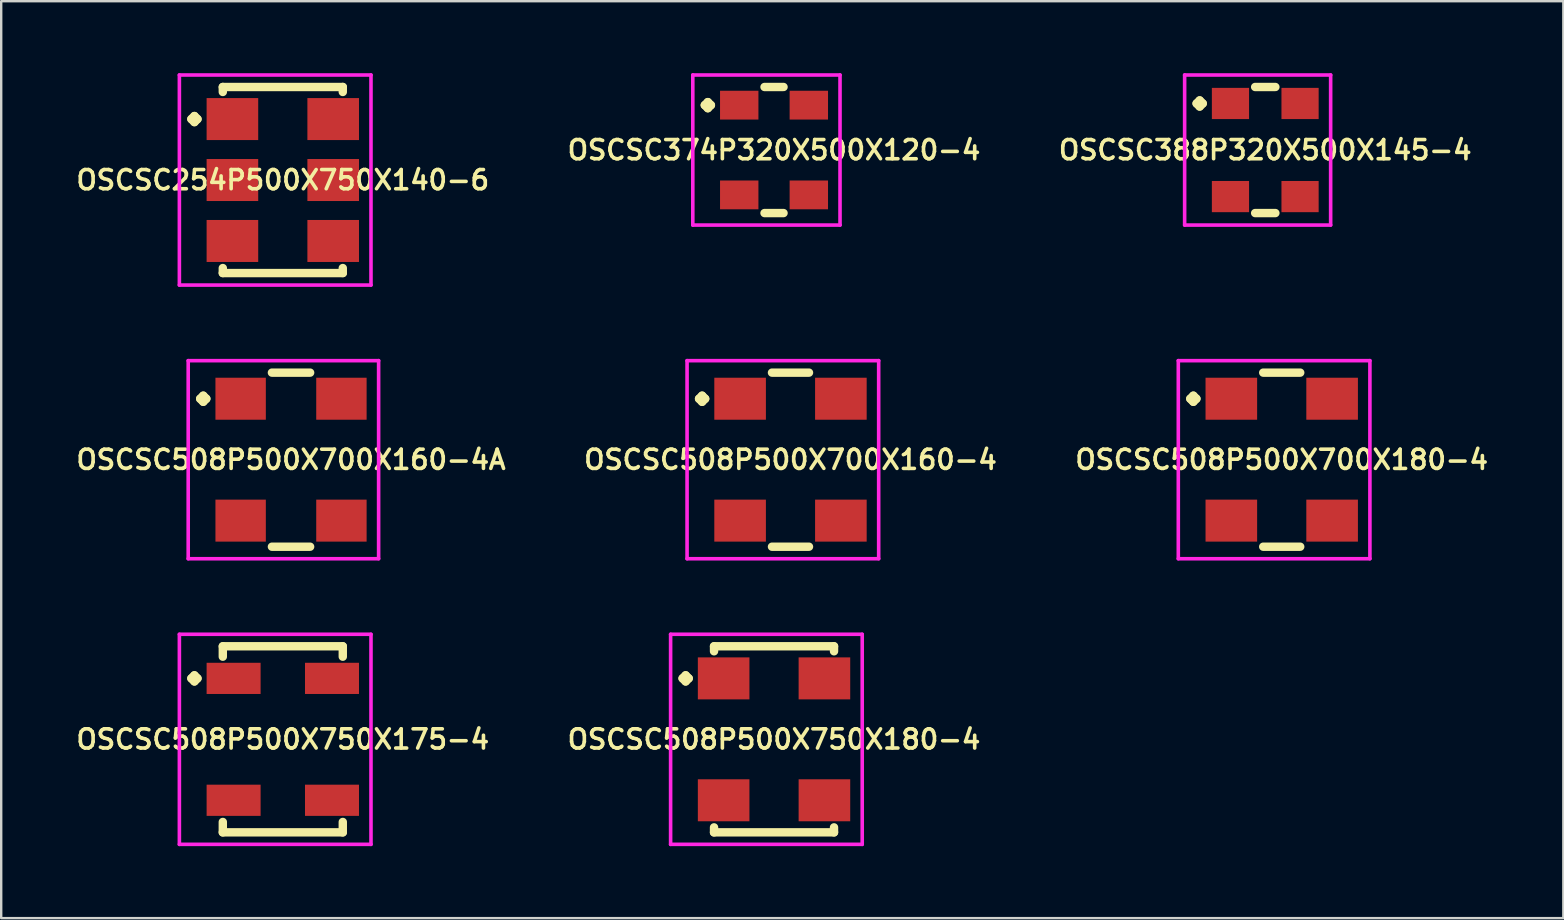
<source format=kicad_pcb>
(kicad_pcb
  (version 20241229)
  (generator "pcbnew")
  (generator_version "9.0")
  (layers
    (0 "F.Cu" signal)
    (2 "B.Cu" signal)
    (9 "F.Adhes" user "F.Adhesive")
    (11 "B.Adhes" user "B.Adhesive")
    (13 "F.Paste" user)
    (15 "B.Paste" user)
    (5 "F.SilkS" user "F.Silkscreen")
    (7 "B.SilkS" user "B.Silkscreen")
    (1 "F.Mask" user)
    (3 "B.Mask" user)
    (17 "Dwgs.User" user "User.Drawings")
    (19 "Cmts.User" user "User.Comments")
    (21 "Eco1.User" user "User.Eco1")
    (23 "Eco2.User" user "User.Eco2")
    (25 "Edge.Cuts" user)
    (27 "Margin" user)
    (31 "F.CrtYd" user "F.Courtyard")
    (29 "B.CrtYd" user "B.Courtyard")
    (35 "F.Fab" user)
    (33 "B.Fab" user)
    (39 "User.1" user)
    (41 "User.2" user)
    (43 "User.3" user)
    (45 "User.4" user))
  (footprint "OSCSC508P500X700X160-4"
    (layer "F.Cu")
    (at 29.892 16.106)
    (property "Reference" "OSCSC508P500X700X160-4" (at 0 0 0) (layer "F.SilkS") (effects (font (size 0.8 0.8) (thickness 0.15))))
    (attr through_hole)
    (fp_line (start -3.81 -2.54) (end -3.683 -2.667) (stroke (width 0.35) (type solid)) (layer "F.SilkS"))
    (fp_line (start -3.683 -2.667) (end -3.556 -2.54) (stroke (width 0.35) (type solid)) (layer "F.SilkS"))
    (fp_line (start -3.683 -2.413) (end -3.81 -2.54) (stroke (width 0.35) (type solid)) (layer "F.SilkS"))
    (fp_line (start -3.556 -2.54) (end -3.683 -2.413) (stroke (width 0.35) (type solid)) (layer "F.SilkS"))
    (fp_line (start -0.771 -3.627) (end 0.771 -3.627) (stroke (width 0.35) (type solid)) (layer "F.SilkS"))
    (fp_line (start -0.771 3.627) (end 0.771 3.627) (stroke (width 0.35) (type solid)) (layer "F.SilkS"))
    (fp_line (start -4.31 -4.127) (end 3.675 -4.127) (stroke (width 0.15) (type solid)) (layer "F.CrtYd"))
    (fp_line (start -4.31 4.127) (end -4.31 -4.127) (stroke (width 0.15) (type solid)) (layer "F.CrtYd"))
    (fp_line (start 3.675 -4.127) (end 3.675 4.127) (stroke (width 0.15) (type solid)) (layer "F.CrtYd"))
    (fp_line (start 3.675 4.127) (end -4.31 4.127) (stroke (width 0.15) (type solid)) (layer "F.CrtYd"))
    (pad "1" smd rect (at -2.1 -2.54) (size 2.15 1.75) (layers "F.Cu" "F.Mask" "F.Paste"))
    (pad "2" smd rect (at -2.1 2.54) (size 2.15 1.75) (layers "F.Cu" "F.Mask" "F.Paste"))
    (pad "3" smd rect (at 2.1 2.54) (size 2.15 1.75) (layers "F.Cu" "F.Mask" "F.Paste"))
    (pad "4" smd rect (at 2.1 -2.54) (size 2.15 1.75) (layers "F.Cu" "F.Mask" "F.Paste")))
  (footprint "OSCSC508P500X700X180-4"
    (layer "F.Cu")
    (at 50.363 16.106)
    (property "Reference" "OSCSC508P500X700X180-4" (at 0 0 0) (layer "F.SilkS") (effects (font (size 0.8 0.8) (thickness 0.15))))
    (attr smd)
    (fp_line (start -3.81 -2.54) (end -3.683 -2.667) (stroke (width 0.35) (type solid)) (layer "F.SilkS"))
    (fp_line (start -3.683 -2.667) (end -3.556 -2.54) (stroke (width 0.35) (type solid)) (layer "F.SilkS"))
    (fp_line (start -3.683 -2.413) (end -3.81 -2.54) (stroke (width 0.35) (type solid)) (layer "F.SilkS"))
    (fp_line (start -3.556 -2.54) (end -3.683 -2.413) (stroke (width 0.35) (type solid)) (layer "F.SilkS"))
    (fp_line (start -0.771 -3.627) (end 0.771 -3.627) (stroke (width 0.35) (type solid)) (layer "F.SilkS"))
    (fp_line (start -0.771 3.627) (end 0.771 3.627) (stroke (width 0.35) (type solid)) (layer "F.SilkS"))
    (fp_line (start -4.31 -4.127) (end 3.675 -4.127) (stroke (width 0.15) (type solid)) (layer "F.CrtYd"))
    (fp_line (start -4.31 4.127) (end -4.31 -4.127) (stroke (width 0.15) (type solid)) (layer "F.CrtYd"))
    (fp_line (start 3.675 -4.127) (end 3.675 4.127) (stroke (width 0.15) (type solid)) (layer "F.CrtYd"))
    (fp_line (start 3.675 4.127) (end -4.31 4.127) (stroke (width 0.15) (type solid)) (layer "F.CrtYd"))
    (pad "1" smd rect (at -2.1 -2.54) (size 2.15 1.75) (layers "F.Cu" "F.Mask" "F.Paste"))
    (pad "2" smd rect (at -2.1 2.54) (size 2.15 1.75) (layers "F.Cu" "F.Mask" "F.Paste"))
    (pad "3" smd rect (at 2.1 2.54) (size 2.15 1.75) (layers "F.Cu" "F.Mask" "F.Paste"))
    (pad "4" smd rect (at 2.1 -2.54) (size 2.15 1.75) (layers "F.Cu" "F.Mask" "F.Paste")))
  (footprint "OSCSC508P500X750X180-4"
    (layer "F.Cu")
    (at 29.206 27.76)
    (property "Reference" "OSCSC508P500X750X180-4" (at 0 0 0) (layer "F.SilkS") (effects (font (size 0.8 0.8) (thickness 0.15))))
    (attr smd)
    (fp_line (start -3.81 -2.54) (end -3.683 -2.667) (stroke (width 0.35) (type solid)) (layer "F.SilkS"))
    (fp_line (start -3.683 -2.667) (end -3.556 -2.54) (stroke (width 0.35) (type solid)) (layer "F.SilkS"))
    (fp_line (start -3.683 -2.413) (end -3.81 -2.54) (stroke (width 0.35) (type solid)) (layer "F.SilkS"))
    (fp_line (start -3.556 -2.54) (end -3.683 -2.413) (stroke (width 0.35) (type solid)) (layer "F.SilkS"))
    (fp_line (start -2.5 -3.877) (end 2.5 -3.877) (stroke (width 0.35) (type solid)) (layer "F.SilkS"))
    (fp_line (start -2.5 -3.669) (end -2.5 -3.877) (stroke (width 0.35) (type solid)) (layer "F.SilkS"))
    (fp_line (start -2.5 3.669) (end -2.5 3.877) (stroke (width 0.35) (type solid)) (layer "F.SilkS"))
    (fp_line (start -2.5 3.877) (end 2.5 3.877) (stroke (width 0.35) (type solid)) (layer "F.SilkS"))
    (fp_line (start 2.5 -3.877) (end 2.5 -3.669) (stroke (width 0.35) (type solid)) (layer "F.SilkS"))
    (fp_line (start 2.5 3.877) (end 2.5 3.669) (stroke (width 0.35) (type solid)) (layer "F.SilkS"))
    (fp_line (start -4.31 -4.377) (end 3.675 -4.377) (stroke (width 0.15) (type solid)) (layer "F.CrtYd"))
    (fp_line (start -4.31 4.377) (end -4.31 -4.377) (stroke (width 0.15) (type solid)) (layer "F.CrtYd"))
    (fp_line (start 3.675 -4.377) (end 3.675 4.377) (stroke (width 0.15) (type solid)) (layer "F.CrtYd"))
    (fp_line (start 3.675 4.377) (end -4.31 4.377) (stroke (width 0.15) (type solid)) (layer "F.CrtYd"))
    (pad "1" smd rect (at -2.1 -2.54) (size 2.15 1.75) (layers "F.Cu" "F.Mask" "F.Paste"))
    (pad "2" smd rect (at -2.1 2.54) (size 2.15 1.75) (layers "F.Cu" "F.Mask" "F.Paste"))
    (pad "3" smd rect (at 2.1 2.54) (size 2.15 1.75) (layers "F.Cu" "F.Mask" "F.Paste"))
    (pad "4" smd rect (at 2.1 -2.54) (size 2.15 1.75) (layers "F.Cu" "F.Mask" "F.Paste")))
  (footprint "OSCSC388P320X500X145-4"
    (layer "F.Cu")
    (at 49.677 3.202)
    (property "Reference" "OSCSC388P320X500X145-4" (at 0 0 0) (layer "F.SilkS") (effects (font (size 0.8 0.8) (thickness 0.15))))
    (attr through_hole)
    (fp_line (start -2.86 -1.94) (end -2.733 -2.067) (stroke (width 0.35) (type solid)) (layer "F.SilkS"))
    (fp_line (start -2.733 -2.067) (end -2.606 -1.94) (stroke (width 0.35) (type solid)) (layer "F.SilkS"))
    (fp_line (start -2.733 -1.813) (end -2.86 -1.94) (stroke (width 0.35) (type solid)) (layer "F.SilkS"))
    (fp_line (start -2.606 -1.94) (end -2.733 -1.813) (stroke (width 0.35) (type solid)) (layer "F.SilkS"))
    (fp_line (start -0.421 -2.627) (end 0.421 -2.627) (stroke (width 0.35) (type solid)) (layer "F.SilkS"))
    (fp_line (start -0.421 2.627) (end 0.421 2.627) (stroke (width 0.35) (type solid)) (layer "F.SilkS"))
    (fp_line (start -3.36 -3.127) (end 2.725 -3.127) (stroke (width 0.15) (type solid)) (layer "F.CrtYd"))
    (fp_line (start -3.36 3.127) (end -3.36 -3.127) (stroke (width 0.15) (type solid)) (layer "F.CrtYd"))
    (fp_line (start 2.725 -3.127) (end 2.725 3.127) (stroke (width 0.15) (type solid)) (layer "F.CrtYd"))
    (fp_line (start 2.725 3.127) (end -3.36 3.127) (stroke (width 0.15) (type solid)) (layer "F.CrtYd"))
    (pad "1" smd rect (at -1.45 -1.94) (size 1.55 1.3) (layers "F.Cu" "F.Mask" "F.Paste"))
    (pad "2" smd rect (at -1.45 1.94) (size 1.55 1.3) (layers "F.Cu" "F.Mask" "F.Paste"))
    (pad "3" smd rect (at 1.45 1.94) (size 1.55 1.3) (layers "F.Cu" "F.Mask" "F.Paste"))
    (pad "4" smd rect (at 1.45 -1.94) (size 1.55 1.3) (layers "F.Cu" "F.Mask" "F.Paste")))
  (footprint "OSCSC508P500X700X160-4A"
    (layer "F.Cu")
    (at 9.078 16.106)
    (property "Reference" "OSCSC508P500X700X160-4A" (at 0 0 0) (layer "F.SilkS") (effects (font (size 0.8 0.8) (thickness 0.15))))
    (attr through_hole)
    (fp_line (start -3.785 -2.54) (end -3.658 -2.667) (stroke (width 0.35) (type solid)) (layer "F.SilkS"))
    (fp_line (start -3.658 -2.667) (end -3.531 -2.54) (stroke (width 0.35) (type solid)) (layer "F.SilkS"))
    (fp_line (start -3.658 -2.413) (end -3.785 -2.54) (stroke (width 0.35) (type solid)) (layer "F.SilkS"))
    (fp_line (start -3.531 -2.54) (end -3.658 -2.413) (stroke (width 0.35) (type solid)) (layer "F.SilkS"))
    (fp_line (start -0.796 -3.627) (end 0.796 -3.627) (stroke (width 0.35) (type solid)) (layer "F.SilkS"))
    (fp_line (start -0.796 3.627) (end 0.796 3.627) (stroke (width 0.35) (type solid)) (layer "F.SilkS"))
    (fp_line (start -4.285 -4.127) (end 3.65 -4.127) (stroke (width 0.15) (type solid)) (layer "F.CrtYd"))
    (fp_line (start -4.285 4.127) (end -4.285 -4.127) (stroke (width 0.15) (type solid)) (layer "F.CrtYd"))
    (fp_line (start 3.65 -4.127) (end 3.65 4.127) (stroke (width 0.15) (type solid)) (layer "F.CrtYd"))
    (fp_line (start 3.65 4.127) (end -4.285 4.127) (stroke (width 0.15) (type solid)) (layer "F.CrtYd"))
    (pad "1" smd rect (at -2.1 -2.54) (size 2.1 1.75) (layers "F.Cu" "F.Mask" "F.Paste"))
    (pad "2" smd rect (at -2.1 2.54) (size 2.1 1.75) (layers "F.Cu" "F.Mask" "F.Paste"))
    (pad "3" smd rect (at 2.1 2.54) (size 2.1 1.75) (layers "F.Cu" "F.Mask" "F.Paste"))
    (pad "4" smd rect (at 2.1 -2.54) (size 2.1 1.75) (layers "F.Cu" "F.Mask" "F.Paste")))
  (footprint "OSCSC374P320X500X120-4"
    (layer "F.Cu")
    (at 29.206 3.202)
    (property "Reference" "OSCSC374P320X500X120-4" (at 0 0 0) (layer "F.SilkS") (effects (font (size 0.8 0.8) (thickness 0.15))))
    (attr smd)
    (fp_line (start -2.885 -1.87) (end -2.758 -1.997) (stroke (width 0.35) (type solid)) (layer "F.SilkS"))
    (fp_line (start -2.758 -1.997) (end -2.631 -1.87) (stroke (width 0.35) (type solid)) (layer "F.SilkS"))
    (fp_line (start -2.758 -1.743) (end -2.885 -1.87) (stroke (width 0.35) (type solid)) (layer "F.SilkS"))
    (fp_line (start -2.631 -1.87) (end -2.758 -1.743) (stroke (width 0.35) (type solid)) (layer "F.SilkS"))
    (fp_line (start -0.396 -2.627) (end 0.396 -2.627) (stroke (width 0.35) (type solid)) (layer "F.SilkS"))
    (fp_line (start -0.396 2.627) (end 0.396 2.627) (stroke (width 0.35) (type solid)) (layer "F.SilkS"))
    (fp_line (start -3.385 -3.127) (end 2.75 -3.127) (stroke (width 0.15) (type solid)) (layer "F.CrtYd"))
    (fp_line (start -3.385 3.127) (end -3.385 -3.127) (stroke (width 0.15) (type solid)) (layer "F.CrtYd"))
    (fp_line (start 2.75 -3.127) (end 2.75 3.127) (stroke (width 0.15) (type solid)) (layer "F.CrtYd"))
    (fp_line (start 2.75 3.127) (end -3.385 3.127) (stroke (width 0.15) (type solid)) (layer "F.CrtYd"))
    (pad "1" smd rect (at -1.45 -1.87) (size 1.6 1.2) (layers "F.Cu" "F.Mask" "F.Paste"))
    (pad "2" smd rect (at -1.45 1.87) (size 1.6 1.2) (layers "F.Cu" "F.Mask" "F.Paste"))
    (pad "3" smd rect (at 1.45 1.87) (size 1.6 1.2) (layers "F.Cu" "F.Mask" "F.Paste"))
    (pad "4" smd rect (at 1.45 -1.87) (size 1.6 1.2) (layers "F.Cu" "F.Mask" "F.Paste")))
  (footprint "OSCSC254P500X750X140-6"
    (layer "F.Cu")
    (at 8.735 4.452)
    (property "Reference" "OSCSC254P500X750X140-6" (at 0 0 0) (layer "F.SilkS") (effects (font (size 0.8 0.8) (thickness 0.15))))
    (attr through_hole)
    (fp_line (start -3.81 -2.54) (end -3.683 -2.667) (stroke (width 0.35) (type solid)) (layer "F.SilkS"))
    (fp_line (start -3.683 -2.667) (end -3.556 -2.54) (stroke (width 0.35) (type solid)) (layer "F.SilkS"))
    (fp_line (start -3.683 -2.413) (end -3.81 -2.54) (stroke (width 0.35) (type solid)) (layer "F.SilkS"))
    (fp_line (start -3.556 -2.54) (end -3.683 -2.413) (stroke (width 0.35) (type solid)) (layer "F.SilkS"))
    (fp_line (start -2.5 -3.877) (end 2.5 -3.877) (stroke (width 0.35) (type solid)) (layer "F.SilkS"))
    (fp_line (start -2.5 -3.669) (end -2.5 -3.877) (stroke (width 0.35) (type solid)) (layer "F.SilkS"))
    (fp_line (start -2.5 3.669) (end -2.5 3.877) (stroke (width 0.35) (type solid)) (layer "F.SilkS"))
    (fp_line (start -2.5 3.877) (end 2.5 3.877) (stroke (width 0.35) (type solid)) (layer "F.SilkS"))
    (fp_line (start 2.5 -3.877) (end 2.5 -3.669) (stroke (width 0.35) (type solid)) (layer "F.SilkS"))
    (fp_line (start 2.5 3.877) (end 2.5 3.669) (stroke (width 0.35) (type solid)) (layer "F.SilkS"))
    (fp_line (start -4.31 -4.377) (end 3.675 -4.377) (stroke (width 0.15) (type solid)) (layer "F.CrtYd"))
    (fp_line (start -4.31 4.377) (end -4.31 -4.377) (stroke (width 0.15) (type solid)) (layer "F.CrtYd"))
    (fp_line (start 3.675 -4.377) (end 3.675 4.377) (stroke (width 0.15) (type solid)) (layer "F.CrtYd"))
    (fp_line (start 3.675 4.377) (end -4.31 4.377) (stroke (width 0.15) (type solid)) (layer "F.CrtYd"))
    (pad "1" smd rect (at -2.1 -2.54) (size 2.15 1.75) (layers "F.Cu" "F.Mask" "F.Paste"))
    (pad "2" smd rect (at -2.1 0) (size 2.15 1.75) (layers "F.Cu" "F.Mask" "F.Paste"))
    (pad "3" smd rect (at -2.1 2.54) (size 2.15 1.75) (layers "F.Cu" "F.Mask" "F.Paste"))
    (pad "4" smd rect (at 2.1 2.54) (size 2.15 1.75) (layers "F.Cu" "F.Mask" "F.Paste"))
    (pad "5" smd rect (at 2.1 0) (size 2.15 1.75) (layers "F.Cu" "F.Mask" "F.Paste"))
    (pad "6" smd rect (at 2.1 -2.54) (size 2.15 1.75) (layers "F.Cu" "F.Mask" "F.Paste")))
  (footprint "OSCSC508P500X750X175-4"
    (layer "F.Cu")
    (at 8.735 27.76)
    (property "Reference" "OSCSC508P500X750X175-4" (at 0 0 0) (layer "F.SilkS") (effects (font (size 0.8 0.8) (thickness 0.15))))
    (attr smd)
    (fp_line (start -3.81 -2.54) (end -3.683 -2.667) (stroke (width 0.35) (type solid)) (layer "F.SilkS"))
    (fp_line (start -3.683 -2.667) (end -3.556 -2.54) (stroke (width 0.35) (type solid)) (layer "F.SilkS"))
    (fp_line (start -3.683 -2.413) (end -3.81 -2.54) (stroke (width 0.35) (type solid)) (layer "F.SilkS"))
    (fp_line (start -3.556 -2.54) (end -3.683 -2.413) (stroke (width 0.35) (type solid)) (layer "F.SilkS"))
    (fp_line (start -2.5 -3.877) (end 2.5 -3.877) (stroke (width 0.35) (type solid)) (layer "F.SilkS"))
    (fp_line (start -2.5 -3.444) (end -2.5 -3.877) (stroke (width 0.35) (type solid)) (layer "F.SilkS"))
    (fp_line (start -2.5 3.444) (end -2.5 3.877) (stroke (width 0.35) (type solid)) (layer "F.SilkS"))
    (fp_line (start -2.5 3.877) (end 2.5 3.877) (stroke (width 0.35) (type solid)) (layer "F.SilkS"))
    (fp_line (start 2.5 -3.877) (end 2.5 -3.444) (stroke (width 0.35) (type solid)) (layer "F.SilkS"))
    (fp_line (start 2.5 3.877) (end 2.5 3.444) (stroke (width 0.35) (type solid)) (layer "F.SilkS"))
    (fp_line (start -4.31 -4.377) (end 3.675 -4.377) (stroke (width 0.15) (type solid)) (layer "F.CrtYd"))
    (fp_line (start -4.31 4.377) (end -4.31 -4.377) (stroke (width 0.15) (type solid)) (layer "F.CrtYd"))
    (fp_line (start 3.675 -4.377) (end 3.675 4.377) (stroke (width 0.15) (type solid)) (layer "F.CrtYd"))
    (fp_line (start 3.675 4.377) (end -4.31 4.377) (stroke (width 0.15) (type solid)) (layer "F.CrtYd"))
    (pad "1" smd rect (at -2.05 -2.54) (size 2.25 1.3) (layers "F.Cu" "F.Mask" "F.Paste"))
    (pad "2" smd rect (at -2.05 2.54) (size 2.25 1.3) (layers "F.Cu" "F.Mask" "F.Paste"))
    (pad "3" smd rect (at 2.05 2.54) (size 2.25 1.3) (layers "F.Cu" "F.Mask" "F.Paste"))
    (pad "4" smd rect (at 2.05 -2.54) (size 2.25 1.3) (layers "F.Cu" "F.Mask" "F.Paste")))
  (gr_rect
    (start -3 -3)
    (end 62.099 35.212)
    (stroke (width 0.1) (type default))
    (fill no)
    (layer "Edge.Cuts")))
</source>
